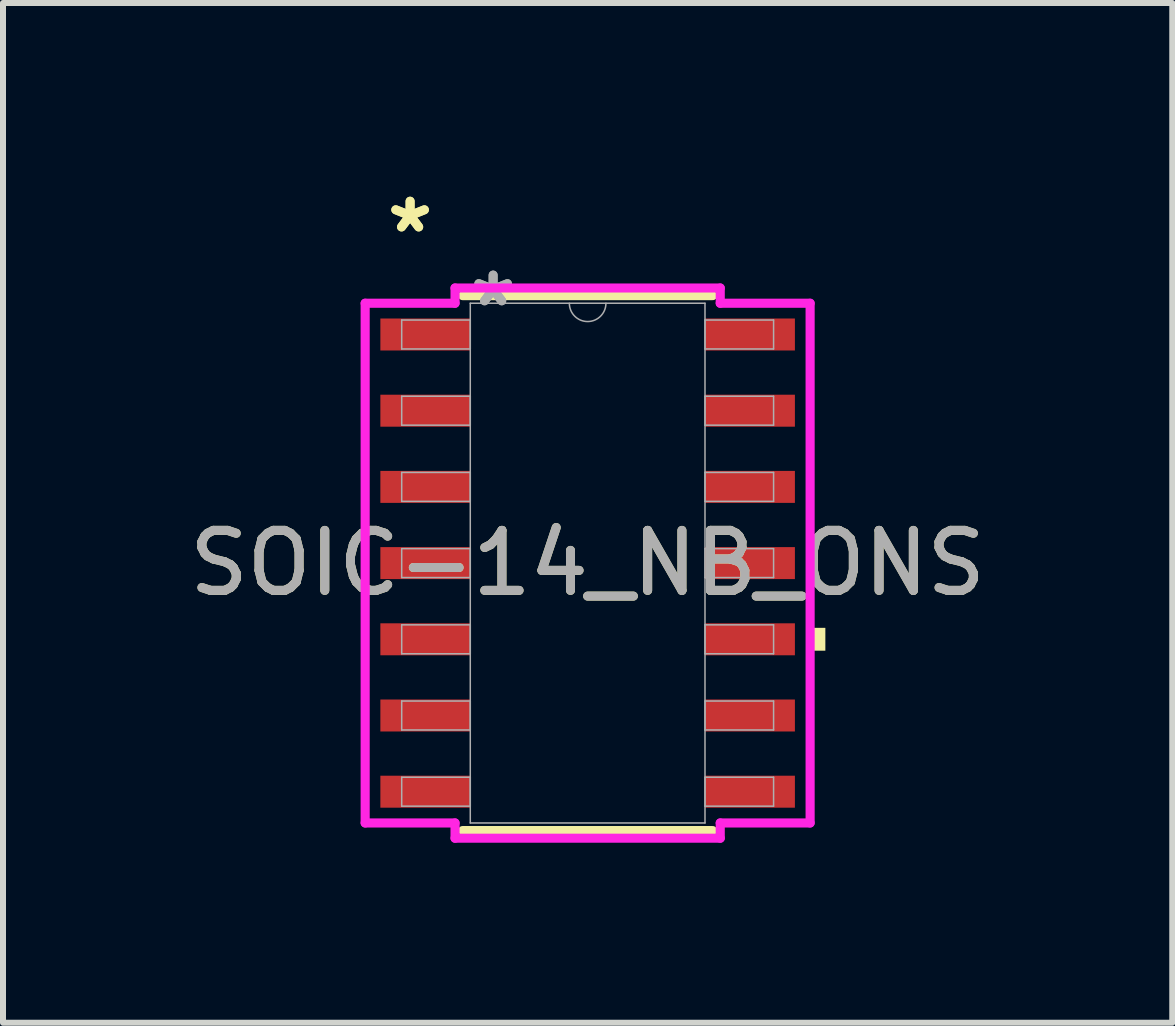
<source format=kicad_pcb>
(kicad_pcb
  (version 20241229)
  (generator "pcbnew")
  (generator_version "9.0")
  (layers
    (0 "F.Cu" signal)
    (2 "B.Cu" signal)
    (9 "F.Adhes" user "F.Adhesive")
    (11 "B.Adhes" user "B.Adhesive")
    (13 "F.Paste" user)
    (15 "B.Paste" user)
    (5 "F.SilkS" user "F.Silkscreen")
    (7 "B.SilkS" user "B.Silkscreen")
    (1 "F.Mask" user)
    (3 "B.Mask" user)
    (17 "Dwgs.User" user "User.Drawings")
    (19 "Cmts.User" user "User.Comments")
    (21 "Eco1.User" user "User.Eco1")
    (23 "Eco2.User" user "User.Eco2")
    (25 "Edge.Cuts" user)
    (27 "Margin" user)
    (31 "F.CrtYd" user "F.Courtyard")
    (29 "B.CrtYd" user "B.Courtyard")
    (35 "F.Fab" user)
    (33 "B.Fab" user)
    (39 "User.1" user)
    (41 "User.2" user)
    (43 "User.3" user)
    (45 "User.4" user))
  (footprint "SOIC-14_NB_ONS"
    (layer "F.Cu")
    (at 6.744 6.335)
    (property "Reference" "SOIC-14_NB_ONS" (at 0 0 0) (unlocked yes) (layer "F.SilkS") (effects (font (size 1 1) (thickness 0.15))))
    (attr smd)
    (fp_line (start -2.083 4.458) (end 2.083 4.458) (stroke (width 0.152) (type solid)) (layer "F.SilkS"))
    (fp_line (start 2.083 -4.458) (end -2.083 -4.458) (stroke (width 0.152) (type solid)) (layer "F.SilkS"))
    (fp_poly (pts (xy 3.962 1.079) (xy 3.962 1.46) (xy 3.708 1.46) (xy 3.708 1.079)) (stroke (width 0) (type solid)) (fill yes) (layer "F.SilkS"))
    (fp_line (start -3.708 -4.331) (end -2.21 -4.331) (stroke (width 0.152) (type solid)) (layer "F.CrtYd"))
    (fp_line (start -3.708 4.331) (end -3.708 -4.331) (stroke (width 0.152) (type solid)) (layer "F.CrtYd"))
    (fp_line (start -3.708 4.331) (end -2.21 4.331) (stroke (width 0.152) (type solid)) (layer "F.CrtYd"))
    (fp_line (start -2.21 -4.585) (end 2.21 -4.585) (stroke (width 0.152) (type solid)) (layer "F.CrtYd"))
    (fp_line (start -2.21 -4.331) (end -2.21 -4.585) (stroke (width 0.152) (type solid)) (layer "F.CrtYd"))
    (fp_line (start -2.21 4.585) (end -2.21 4.331) (stroke (width 0.152) (type solid)) (layer "F.CrtYd"))
    (fp_line (start 2.21 -4.585) (end 2.21 -4.331) (stroke (width 0.152) (type solid)) (layer "F.CrtYd"))
    (fp_line (start 2.21 4.331) (end 2.21 4.585) (stroke (width 0.152) (type solid)) (layer "F.CrtYd"))
    (fp_line (start 2.21 4.585) (end -2.21 4.585) (stroke (width 0.152) (type solid)) (layer "F.CrtYd"))
    (fp_line (start 3.708 -4.331) (end 2.21 -4.331) (stroke (width 0.152) (type solid)) (layer "F.CrtYd"))
    (fp_line (start 3.708 -4.331) (end 3.708 4.331) (stroke (width 0.152) (type solid)) (layer "F.CrtYd"))
    (fp_line (start 3.708 4.331) (end 2.21 4.331) (stroke (width 0.152) (type solid)) (layer "F.CrtYd"))
    (fp_line (start -3.099 -4.051) (end -3.099 -3.569) (stroke (width 0.025) (type solid)) (layer "F.Fab"))
    (fp_line (start -3.099 -3.569) (end -1.956 -3.569) (stroke (width 0.025) (type solid)) (layer "F.Fab"))
    (fp_line (start -3.099 -2.781) (end -3.099 -2.299) (stroke (width 0.025) (type solid)) (layer "F.Fab"))
    (fp_line (start -3.099 -2.299) (end -1.956 -2.299) (stroke (width 0.025) (type solid)) (layer "F.Fab"))
    (fp_line (start -3.099 -1.511) (end -3.099 -1.029) (stroke (width 0.025) (type solid)) (layer "F.Fab"))
    (fp_line (start -3.099 -1.029) (end -1.956 -1.029) (stroke (width 0.025) (type solid)) (layer "F.Fab"))
    (fp_line (start -3.099 -0.241) (end -3.099 0.241) (stroke (width 0.025) (type solid)) (layer "F.Fab"))
    (fp_line (start -3.099 0.241) (end -1.956 0.241) (stroke (width 0.025) (type solid)) (layer "F.Fab"))
    (fp_line (start -3.099 1.029) (end -3.099 1.511) (stroke (width 0.025) (type solid)) (layer "F.Fab"))
    (fp_line (start -3.099 1.511) (end -1.956 1.511) (stroke (width 0.025) (type solid)) (layer "F.Fab"))
    (fp_line (start -3.099 2.299) (end -3.099 2.781) (stroke (width 0.025) (type solid)) (layer "F.Fab"))
    (fp_line (start -3.099 2.781) (end -1.956 2.781) (stroke (width 0.025) (type solid)) (layer "F.Fab"))
    (fp_line (start -3.099 3.569) (end -3.099 4.051) (stroke (width 0.025) (type solid)) (layer "F.Fab"))
    (fp_line (start -3.099 4.051) (end -1.956 4.051) (stroke (width 0.025) (type solid)) (layer "F.Fab"))
    (fp_line (start -1.956 -4.331) (end -1.956 4.331) (stroke (width 0.025) (type solid)) (layer "F.Fab"))
    (fp_line (start -1.956 -4.051) (end -3.099 -4.051) (stroke (width 0.025) (type solid)) (layer "F.Fab"))
    (fp_line (start -1.956 -3.569) (end -1.956 -4.051) (stroke (width 0.025) (type solid)) (layer "F.Fab"))
    (fp_line (start -1.956 -2.781) (end -3.099 -2.781) (stroke (width 0.025) (type solid)) (layer "F.Fab"))
    (fp_line (start -1.956 -2.299) (end -1.956 -2.781) (stroke (width 0.025) (type solid)) (layer "F.Fab"))
    (fp_line (start -1.956 -1.511) (end -3.099 -1.511) (stroke (width 0.025) (type solid)) (layer "F.Fab"))
    (fp_line (start -1.956 -1.029) (end -1.956 -1.511) (stroke (width 0.025) (type solid)) (layer "F.Fab"))
    (fp_line (start -1.956 -0.241) (end -3.099 -0.241) (stroke (width 0.025) (type solid)) (layer "F.Fab"))
    (fp_line (start -1.956 0.241) (end -1.956 -0.241) (stroke (width 0.025) (type solid)) (layer "F.Fab"))
    (fp_line (start -1.956 1.029) (end -3.099 1.029) (stroke (width 0.025) (type solid)) (layer "F.Fab"))
    (fp_line (start -1.956 1.511) (end -1.956 1.029) (stroke (width 0.025) (type solid)) (layer "F.Fab"))
    (fp_line (start -1.956 2.299) (end -3.099 2.299) (stroke (width 0.025) (type solid)) (layer "F.Fab"))
    (fp_line (start -1.956 2.781) (end -1.956 2.299) (stroke (width 0.025) (type solid)) (layer "F.Fab"))
    (fp_line (start -1.956 3.569) (end -3.099 3.569) (stroke (width 0.025) (type solid)) (layer "F.Fab"))
    (fp_line (start -1.956 4.051) (end -1.956 3.569) (stroke (width 0.025) (type solid)) (layer "F.Fab"))
    (fp_line (start -1.956 4.331) (end 1.956 4.331) (stroke (width 0.025) (type solid)) (layer "F.Fab"))
    (fp_line (start 1.956 -4.331) (end -1.956 -4.331) (stroke (width 0.025) (type solid)) (layer "F.Fab"))
    (fp_line (start 1.956 -4.051) (end 1.956 -3.569) (stroke (width 0.025) (type solid)) (layer "F.Fab"))
    (fp_line (start 1.956 -3.569) (end 3.099 -3.569) (stroke (width 0.025) (type solid)) (layer "F.Fab"))
    (fp_line (start 1.956 -2.781) (end 1.956 -2.299) (stroke (width 0.025) (type solid)) (layer "F.Fab"))
    (fp_line (start 1.956 -2.299) (end 3.099 -2.299) (stroke (width 0.025) (type solid)) (layer "F.Fab"))
    (fp_line (start 1.956 -1.511) (end 1.956 -1.029) (stroke (width 0.025) (type solid)) (layer "F.Fab"))
    (fp_line (start 1.956 -1.029) (end 3.099 -1.029) (stroke (width 0.025) (type solid)) (layer "F.Fab"))
    (fp_line (start 1.956 -0.241) (end 1.956 0.241) (stroke (width 0.025) (type solid)) (layer "F.Fab"))
    (fp_line (start 1.956 0.241) (end 3.099 0.241) (stroke (width 0.025) (type solid)) (layer "F.Fab"))
    (fp_line (start 1.956 1.029) (end 1.956 1.511) (stroke (width 0.025) (type solid)) (layer "F.Fab"))
    (fp_line (start 1.956 1.511) (end 3.099 1.511) (stroke (width 0.025) (type solid)) (layer "F.Fab"))
    (fp_line (start 1.956 2.299) (end 1.956 2.781) (stroke (width 0.025) (type solid)) (layer "F.Fab"))
    (fp_line (start 1.956 2.781) (end 3.099 2.781) (stroke (width 0.025) (type solid)) (layer "F.Fab"))
    (fp_line (start 1.956 3.569) (end 1.956 4.051) (stroke (width 0.025) (type solid)) (layer "F.Fab"))
    (fp_line (start 1.956 4.051) (end 3.099 4.051) (stroke (width 0.025) (type solid)) (layer "F.Fab"))
    (fp_line (start 1.956 4.331) (end 1.956 -4.331) (stroke (width 0.025) (type solid)) (layer "F.Fab"))
    (fp_line (start 3.099 -4.051) (end 1.956 -4.051) (stroke (width 0.025) (type solid)) (layer "F.Fab"))
    (fp_line (start 3.099 -3.569) (end 3.099 -4.051) (stroke (width 0.025) (type solid)) (layer "F.Fab"))
    (fp_line (start 3.099 -2.781) (end 1.956 -2.781) (stroke (width 0.025) (type solid)) (layer "F.Fab"))
    (fp_line (start 3.099 -2.299) (end 3.099 -2.781) (stroke (width 0.025) (type solid)) (layer "F.Fab"))
    (fp_line (start 3.099 -1.511) (end 1.956 -1.511) (stroke (width 0.025) (type solid)) (layer "F.Fab"))
    (fp_line (start 3.099 -1.029) (end 3.099 -1.511) (stroke (width 0.025) (type solid)) (layer "F.Fab"))
    (fp_line (start 3.099 -0.241) (end 1.956 -0.241) (stroke (width 0.025) (type solid)) (layer "F.Fab"))
    (fp_line (start 3.099 0.241) (end 3.099 -0.241) (stroke (width 0.025) (type solid)) (layer "F.Fab"))
    (fp_line (start 3.099 1.029) (end 1.956 1.029) (stroke (width 0.025) (type solid)) (layer "F.Fab"))
    (fp_line (start 3.099 1.511) (end 3.099 1.029) (stroke (width 0.025) (type solid)) (layer "F.Fab"))
    (fp_line (start 3.099 2.299) (end 1.956 2.299) (stroke (width 0.025) (type solid)) (layer "F.Fab"))
    (fp_line (start 3.099 2.781) (end 3.099 2.299) (stroke (width 0.025) (type solid)) (layer "F.Fab"))
    (fp_line (start 3.099 3.569) (end 1.956 3.569) (stroke (width 0.025) (type solid)) (layer "F.Fab"))
    (fp_line (start 3.099 4.051) (end 3.099 3.569) (stroke (width 0.025) (type solid)) (layer "F.Fab"))
    (fp_arc (start 0.3048 -4.3307) (mid 0 -4.0259) (end -0.3048 -4.3307) (stroke (width 0.0254) (type solid)) (layer "F.Fab"))
    (fp_text user "*" (at -2.959 -5.486 0) (unlocked yes) (layer "F.SilkS") (effects (font (size 1 1) (thickness 0.15))))
    (fp_text user "*" (at -2.959 -5.486 0) (layer "F.SilkS") (effects (font (size 1 1) (thickness 0.15))))
    (fp_text user "*" (at -1.575 -4.255 0) (unlocked yes) (layer "F.Fab") (effects (font (size 1 1) (thickness 0.15))))
    (fp_text user "*" (at -1.575 -4.255 0) (layer "F.Fab") (effects (font (size 1 1) (thickness 0.15))))
    (fp_text user "${REFERENCE}" (at 0 0 0) (unlocked yes) (layer "F.Fab") (effects (font (size 1 1) (thickness 0.15))))
    (pad "1" smd rect (at -2.705 -3.81) (size 1.499 0.533) (layers "F.Cu" "F.Mask" "F.Paste"))
    (pad "2" smd rect (at -2.705 -2.54) (size 1.499 0.533) (layers "F.Cu" "F.Mask" "F.Paste"))
    (pad "3" smd rect (at -2.705 -1.27) (size 1.499 0.533) (layers "F.Cu" "F.Mask" "F.Paste"))
    (pad "4" smd rect (at -2.705 0) (size 1.499 0.533) (layers "F.Cu" "F.Mask" "F.Paste"))
    (pad "5" smd rect (at -2.705 1.27) (size 1.499 0.533) (layers "F.Cu" "F.Mask" "F.Paste"))
    (pad "6" smd rect (at -2.705 2.54) (size 1.499 0.533) (layers "F.Cu" "F.Mask" "F.Paste"))
    (pad "7" smd rect (at -2.705 3.81) (size 1.499 0.533) (layers "F.Cu" "F.Mask" "F.Paste"))
    (pad "8" smd rect (at 2.705 3.81) (size 1.499 0.533) (layers "F.Cu" "F.Mask" "F.Paste"))
    (pad "9" smd rect (at 2.705 2.54) (size 1.499 0.533) (layers "F.Cu" "F.Mask" "F.Paste"))
    (pad "10" smd rect (at 2.705 1.27) (size 1.499 0.533) (layers "F.Cu" "F.Mask" "F.Paste"))
    (pad "11" smd rect (at 2.705 0) (size 1.499 0.533) (layers "F.Cu" "F.Mask" "F.Paste"))
    (pad "12" smd rect (at 2.705 -1.27) (size 1.499 0.533) (layers "F.Cu" "F.Mask" "F.Paste"))
    (pad "13" smd rect (at 2.705 -2.54) (size 1.499 0.533) (layers "F.Cu" "F.Mask" "F.Paste"))
    (pad "14" smd rect (at 2.705 -3.81) (size 1.499 0.533) (layers "F.Cu" "F.Mask" "F.Paste")))
  (gr_rect
    (start -3 -3)
    (end 16.488 13.996)
    (stroke (width 0.1) (type default))
    (fill no)
    (layer "Edge.Cuts")))
</source>
